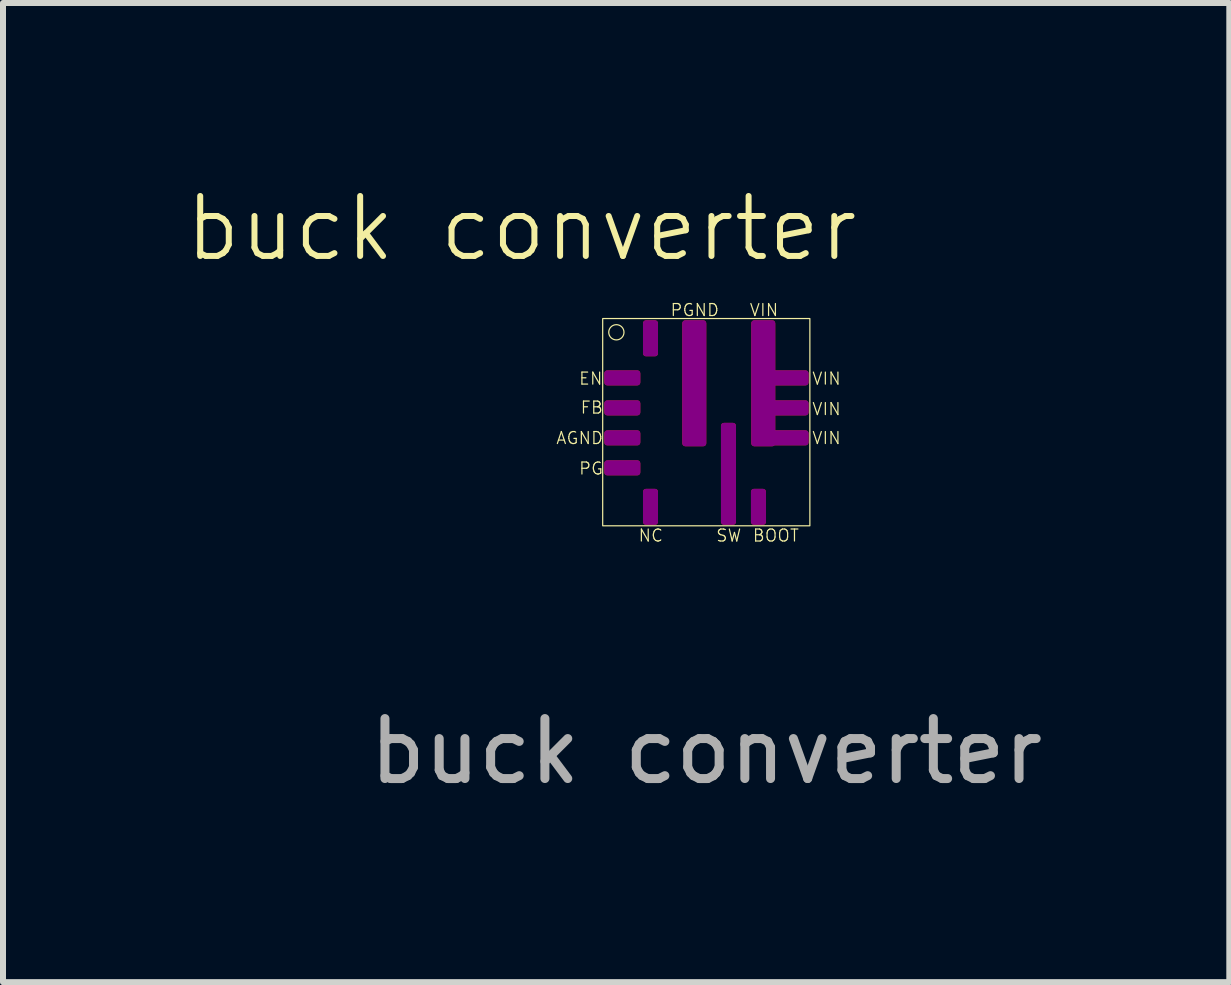
<source format=kicad_pcb>
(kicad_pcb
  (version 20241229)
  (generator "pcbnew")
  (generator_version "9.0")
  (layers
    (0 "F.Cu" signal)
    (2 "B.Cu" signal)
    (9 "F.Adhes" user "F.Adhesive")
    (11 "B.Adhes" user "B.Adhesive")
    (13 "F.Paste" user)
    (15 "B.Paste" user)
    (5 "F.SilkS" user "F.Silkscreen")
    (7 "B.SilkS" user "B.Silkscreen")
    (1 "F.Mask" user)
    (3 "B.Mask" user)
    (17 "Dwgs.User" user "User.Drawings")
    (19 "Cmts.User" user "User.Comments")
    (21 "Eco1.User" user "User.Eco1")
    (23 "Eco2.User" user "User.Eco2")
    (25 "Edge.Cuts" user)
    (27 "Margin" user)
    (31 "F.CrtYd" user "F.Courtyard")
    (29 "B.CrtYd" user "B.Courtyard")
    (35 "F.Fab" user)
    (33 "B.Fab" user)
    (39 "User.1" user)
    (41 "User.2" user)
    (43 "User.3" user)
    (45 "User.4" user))
  (footprint "buck converter"
    (layer "F.Cu")
    (at 8.725 3.76)
    (property "Reference" "buck converter" (at -3.08 -3 0) (unlocked yes) (layer "F.SilkS") (effects (font (size 1 1) (thickness 0.1))))
    (attr smd)
    (fp_rect (start -1.727 -1.499) (end 1.727 1.956) (stroke (width 0.02) (type default)) (fill no) (layer "F.SilkS"))
    (fp_circle (center -1.499 -1.27) (end -1.372 -1.27) (stroke (width 0.02) (type default)) (fill no) (layer "F.SilkS"))
    (fp_text user "VIN" (at 1.753 -0.381 0) (unlocked yes) (layer "F.SilkS") (effects (font (size 0.2 0.2) (thickness 0.02) (bold yes)) (justify left bottom)))
    (fp_text user "VIN" (at 0.711 -1.524 0) (unlocked yes) (layer "F.SilkS") (effects (font (size 0.2 0.2) (thickness 0.02) (bold yes)) (justify left bottom)))
    (fp_text user "VIN" (at 1.753 0.61 0) (unlocked yes) (layer "F.SilkS") (effects (font (size 0.2 0.2) (thickness 0.02) (bold yes)) (justify left bottom)))
    (fp_text user "PGND" (at -0.61 -1.524 0) (unlocked yes) (layer "F.SilkS") (effects (font (size 0.2 0.2) (thickness 0.02) (bold yes)) (justify left bottom)))
    (fp_text user "EN" (at -2.134 -0.381 0) (unlocked yes) (layer "F.SilkS") (effects (font (size 0.2 0.2) (thickness 0.02) (bold yes)) (justify left bottom)))
    (fp_text user "NC" (at -1.143 2.235 0) (unlocked yes) (layer "F.SilkS") (effects (font (size 0.2 0.2) (thickness 0.02) (bold yes)) (justify left bottom)))
    (fp_text user "BOOT" (at 0.762 2.235 0) (unlocked yes) (layer "F.SilkS") (effects (font (size 0.2 0.2) (thickness 0.02) (bold yes)) (justify left bottom)))
    (fp_text user "VIN" (at 1.753 0.127 0) (unlocked yes) (layer "F.SilkS") (effects (font (size 0.2 0.2) (thickness 0.02) (bold yes)) (justify left bottom)))
    (fp_text user "AGND" (at -2.515 0.61 0) (unlocked yes) (layer "F.SilkS") (effects (font (size 0.2 0.2) (thickness 0.02) (bold yes)) (justify left bottom)))
    (fp_text user "PG" (at -2.134 1.118 0) (unlocked yes) (layer "F.SilkS") (effects (font (size 0.2 0.2) (thickness 0.02) (bold yes)) (justify left bottom)))
    (fp_text user "FB" (at -2.108 0.102 0) (unlocked yes) (layer "F.SilkS") (effects (font (size 0.2 0.2) (thickness 0.02) (bold yes)) (justify left bottom)))
    (fp_text user "SW" (at 0.152 2.235 0) (unlocked yes) (layer "F.SilkS") (effects (font (size 0.2 0.2) (thickness 0.02) (bold yes)) (justify left bottom)))
    (fp_text user "${REFERENCE}" (at 0 5.715 0) (unlocked yes) (layer "F.Fab") (effects (font (size 1 1) (thickness 0.15))))
    (pad "1" smd roundrect (at -1.4 -0.51) (size 0.6 0.25) (layers "F.Cu" "F.Mask" "F.Adhes" "F.Paste") (roundrect_rratio 0.2))
    (pad "2" smd roundrect (at -1.4 -0.01) (size 0.6 0.25) (layers "F.Cu" "F.Mask" "F.Adhes" "F.Paste") (roundrect_rratio 0.2))
    (pad "3" smd roundrect (at -1.4 0.49) (size 0.6 0.25) (layers "F.Cu" "F.Mask" "F.Adhes" "F.Paste") (roundrect_rratio 0.2))
    (pad "4" smd roundrect (at -1.4 0.99) (size 0.6 0.25) (layers "F.Cu" "F.Mask" "F.Adhes" "F.Paste") (roundrect_rratio 0.2))
    (pad "5" smd roundrect (at -0.93 1.64 270) (size 0.6 0.25) (layers "F.Cu" "F.Mask" "F.Adhes" "F.Paste") (roundrect_rratio 0.2))
    (pad "6" smd roundrect (at 0.37 1.09 270) (size 1.7 0.25) (layers "F.Cu" "F.Mask" "F.Adhes" "F.Paste") (roundrect_rratio 0.2))
    (pad "7" smd roundrect (at 0.87 1.64 270) (size 0.6 0.25) (layers "F.Cu" "F.Mask" "F.Adhes" "F.Paste") (roundrect_rratio 0.2))
    (pad "8" smd roundrect (at 0.95 -0.42 270) (size 2.1 0.4) (layers "F.Cu" "F.Mask" "F.Adhes" "F.Paste") (roundrect_rratio 0.125))
    (pad "8" smd roundrect (at 1.4 -0.51) (size 0.61 0.25) (layers "F.Cu" "F.Mask" "F.Adhes" "F.Paste") (roundrect_rratio 0.2))
    (pad "8" smd roundrect (at 1.4 -0.01) (size 0.61 0.25) (layers "F.Cu" "F.Mask" "F.Adhes" "F.Paste") (roundrect_rratio 0.2))
    (pad "8" smd roundrect (at 1.4 0.49) (size 0.61 0.25) (layers "F.Cu" "F.Mask" "F.Adhes" "F.Paste") (roundrect_rratio 0.2))
    (pad "9" smd roundrect (at -0.2 -0.42 270) (size 2.1 0.4) (layers "F.Cu" "F.Mask" "F.Adhes" "F.Paste") (roundrect_rratio 0.125))
    (pad "10" smd roundrect (at -0.93 -1.17 270) (size 0.6 0.25) (layers "F.Cu" "F.Mask" "F.Adhes" "F.Paste") (roundrect_rratio 0.2)))
  (gr_rect
    (start -3 -3)
    (end 17.445 13.324)
    (stroke (width 0.1) (type default))
    (fill no)
    (layer "Edge.Cuts")))
</source>
